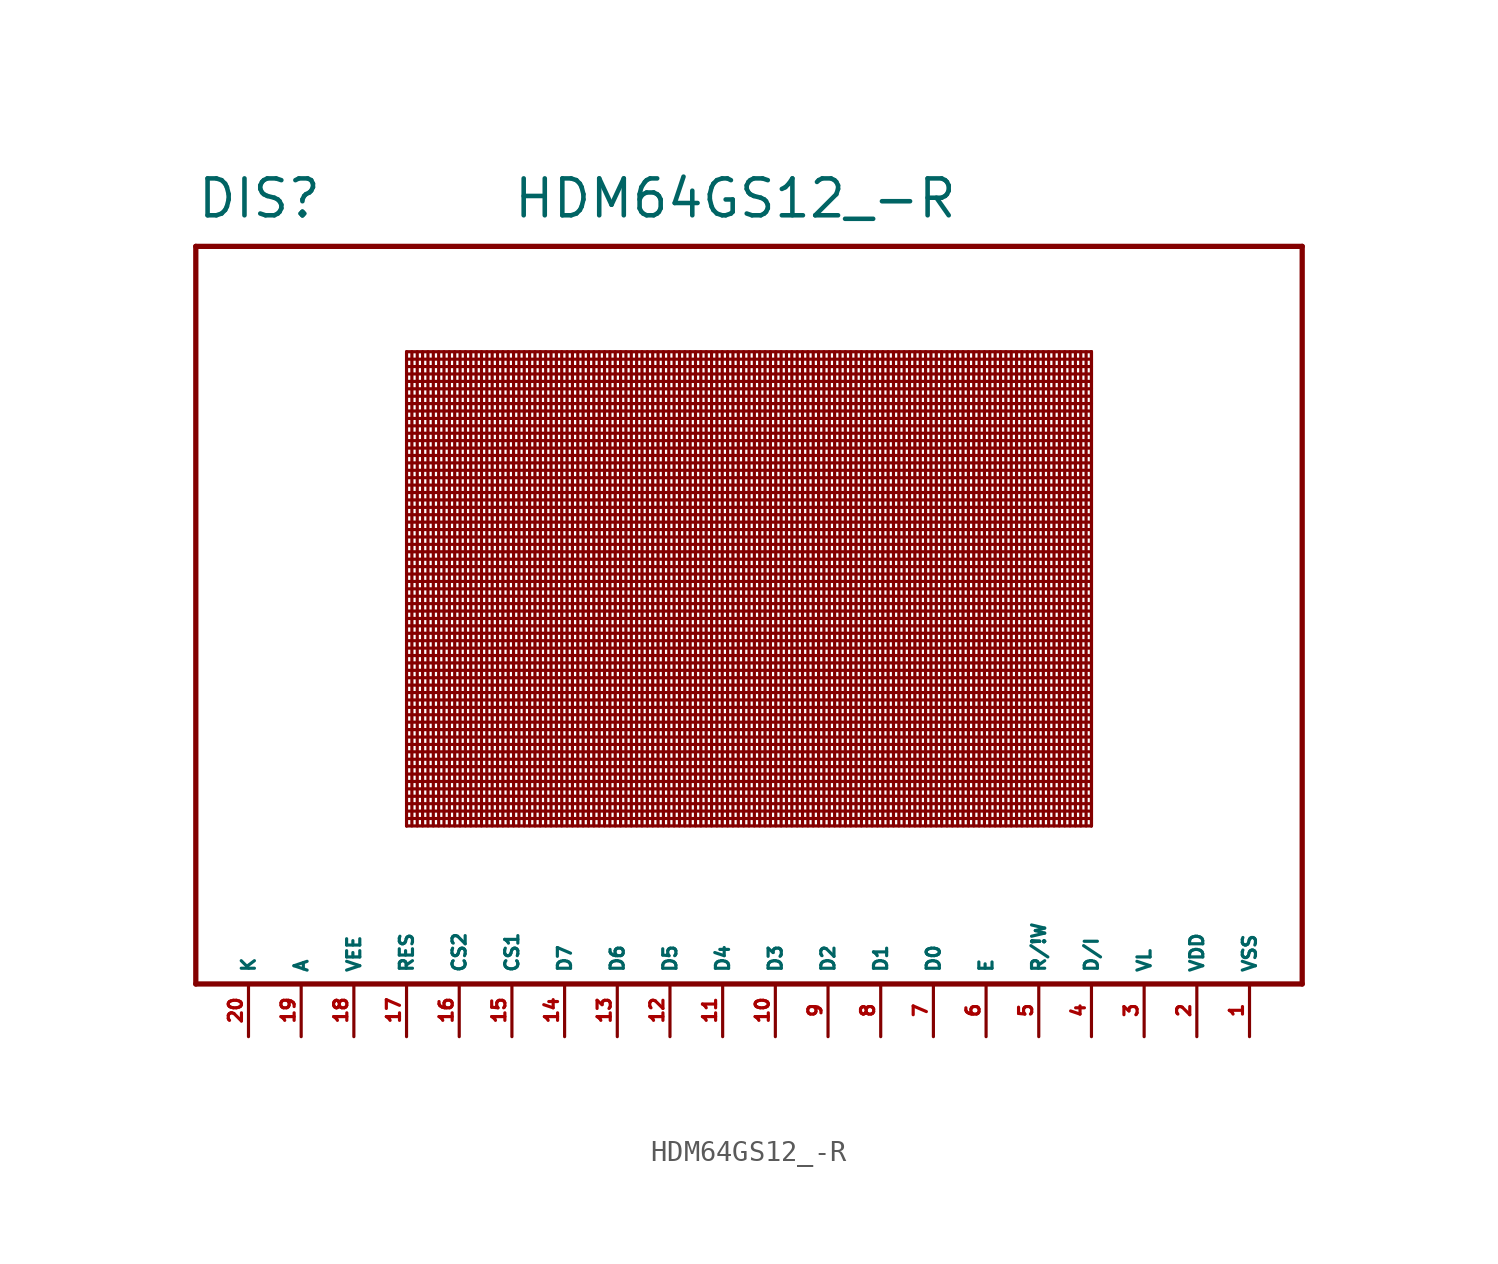
<source format=kicad_sym>
(kicad_symbol_lib
  (version 20220914)
  (generator Eagle2Kicad)
  (symbol "HDM64GS12_-R"
    (property "Reference" "DIS"
      (at -25.4 16.51 0)
      (effects (font (size 1.778 1.778) (thickness 0.22)) (justify left bottom)))
    (property "Value" "HDM64GS12_-R"
      (at -10.16 16.51 0)
      (effects (font (size 1.778 1.778) (thickness 0.22)) (justify left bottom)))
    (polyline
      (pts (xy -25.4 15.24) (xy 27.94 15.24))
      (stroke (width 0.254) (type default))
      (fill (type none)))
    (polyline
      (pts (xy 27.94 15.24) (xy 27.94 -20.32))
      (stroke (width 0.254) (type default))
      (fill (type none)))
    (polyline
      (pts (xy 27.94 -20.32) (xy -25.4 -20.32))
      (stroke (width 0.254) (type default))
      (fill (type none)))
    (polyline
      (pts (xy -25.4 -20.32) (xy -25.4 15.24))
      (stroke (width 0.254) (type default))
      (fill (type none)))
    (polyline
      (pts (xy -15.24 10.16) (xy 17.78 10.16))
      (stroke (width 0) (type default))
      (fill (type none)))
    (polyline
      (pts (xy 17.78 10.16) (xy 17.78 9.803))
      (stroke (width 0) (type default))
      (fill (type none)))
    (polyline
      (pts (xy 17.78 9.803) (xy 17.78 9.446))
      (stroke (width 0) (type default))
      (fill (type none)))
    (polyline
      (pts (xy 17.78 9.446) (xy 17.78 9.088))
      (stroke (width 0) (type default))
      (fill (type none)))
    (polyline
      (pts (xy 17.78 9.088) (xy 17.78 8.731))
      (stroke (width 0) (type default))
      (fill (type none)))
    (polyline
      (pts (xy 17.78 8.731) (xy 17.78 8.374))
      (stroke (width 0) (type default))
      (fill (type none)))
    (polyline
      (pts (xy 17.78 8.374) (xy 17.78 8.017))
      (stroke (width 0) (type default))
      (fill (type none)))
    (polyline
      (pts (xy 17.78 8.017) (xy 17.78 7.66))
      (stroke (width 0) (type default))
      (fill (type none)))
    (polyline
      (pts (xy 17.78 7.66) (xy 17.78 7.303))
      (stroke (width 0) (type default))
      (fill (type none)))
    (polyline
      (pts (xy 17.78 -12.7) (xy -15.24 -12.7))
      (stroke (width 0) (type default))
      (fill (type none)))
    (polyline
      (pts (xy -15.24 9.803) (xy 17.78 9.803))
      (stroke (width 0) (type default))
      (fill (type none)))
    (polyline
      (pts (xy -15.24 9.446) (xy 17.78 9.446))
      (stroke (width 0) (type default))
      (fill (type none)))
    (polyline
      (pts (xy -15.24 9.088) (xy 17.78 9.088))
      (stroke (width 0) (type default))
      (fill (type none)))
    (polyline
      (pts (xy -15.24 8.731) (xy 17.78 8.731))
      (stroke (width 0) (type default))
      (fill (type none)))
    (polyline
      (pts (xy -15.24 8.374) (xy 17.78 8.374))
      (stroke (width 0) (type default))
      (fill (type none)))
    (polyline
      (pts (xy -15.24 8.017) (xy 17.78 8.017))
      (stroke (width 0) (type default))
      (fill (type none)))
    (polyline
      (pts (xy -15.24 7.66) (xy 17.78 7.66))
      (stroke (width 0) (type default))
      (fill (type none)))
    (polyline
      (pts (xy -15.24 7.303) (xy 17.78 7.303))
      (stroke (width 0) (type default))
      (fill (type none)))
    (polyline
      (pts (xy -15.24 6.945) (xy 17.78 6.945))
      (stroke (width 0) (type default))
      (fill (type none)))
    (polyline
      (pts (xy -15.24 6.588) (xy 17.78 6.588))
      (stroke (width 0) (type default))
      (fill (type none)))
    (polyline
      (pts (xy -15.24 6.231) (xy 17.78 6.231))
      (stroke (width 0) (type default))
      (fill (type none)))
    (polyline
      (pts (xy -15.24 5.874) (xy 17.78 5.874))
      (stroke (width 0) (type default))
      (fill (type none)))
    (polyline
      (pts (xy -15.24 5.516) (xy 17.78 5.516))
      (stroke (width 0) (type default))
      (fill (type none)))
    (polyline
      (pts (xy -15.24 5.159) (xy 17.78 5.159))
      (stroke (width 0) (type default))
      (fill (type none)))
    (polyline
      (pts (xy -15.24 4.802) (xy 17.78 4.802))
      (stroke (width 0) (type default))
      (fill (type none)))
    (polyline
      (pts (xy -15.24 4.445) (xy 17.78 4.445))
      (stroke (width 0) (type default))
      (fill (type none)))
    (polyline
      (pts (xy -15.24 4.088) (xy 17.78 4.088))
      (stroke (width 0) (type default))
      (fill (type none)))
    (polyline
      (pts (xy -15.24 3.731) (xy 17.78 3.731))
      (stroke (width 0) (type default))
      (fill (type none)))
    (polyline
      (pts (xy -15.24 3.373) (xy 17.78 3.373))
      (stroke (width 0) (type default))
      (fill (type none)))
    (polyline
      (pts (xy -15.24 3.016) (xy 17.78 3.016))
      (stroke (width 0) (type default))
      (fill (type none)))
    (polyline
      (pts (xy -15.24 2.659) (xy 17.78 2.659))
      (stroke (width 0) (type default))
      (fill (type none)))
    (polyline
      (pts (xy -15.24 2.302) (xy 17.78 2.302))
      (stroke (width 0) (type default))
      (fill (type none)))
    (polyline
      (pts (xy -15.24 1.945) (xy 17.78 1.945))
      (stroke (width 0) (type default))
      (fill (type none)))
    (polyline
      (pts (xy -15.24 1.587) (xy 17.78 1.587))
      (stroke (width 0) (type default))
      (fill (type none)))
    (polyline
      (pts (xy -15.24 1.23) (xy 17.78 1.23))
      (stroke (width 0) (type default))
      (fill (type none)))
    (polyline
      (pts (xy -15.24 0.873) (xy 17.78 0.873))
      (stroke (width 0) (type default))
      (fill (type none)))
    (polyline
      (pts (xy -15.24 0.516) (xy 17.78 0.516))
      (stroke (width 0) (type default))
      (fill (type none)))
    (polyline
      (pts (xy -15.24 0.159) (xy 17.78 0.159))
      (stroke (width 0) (type default))
      (fill (type none)))
    (polyline
      (pts (xy -15.24 -0.199) (xy 17.78 -0.199))
      (stroke (width 0) (type default))
      (fill (type none)))
    (polyline
      (pts (xy -15.24 -0.556) (xy 17.78 -0.556))
      (stroke (width 0) (type default))
      (fill (type none)))
    (polyline
      (pts (xy -15.24 -0.913) (xy 17.78 -0.913))
      (stroke (width 0) (type default))
      (fill (type none)))
    (polyline
      (pts (xy -15.24 -1.27) (xy 17.78 -1.27))
      (stroke (width 0) (type default))
      (fill (type none)))
    (polyline
      (pts (xy -15.24 -1.627) (xy 17.78 -1.627))
      (stroke (width 0) (type default))
      (fill (type none)))
    (polyline
      (pts (xy -15.24 -1.984) (xy 17.78 -1.984))
      (stroke (width 0) (type default))
      (fill (type none)))
    (polyline
      (pts (xy -15.24 -2.342) (xy 17.78 -2.342))
      (stroke (width 0) (type default))
      (fill (type none)))
    (polyline
      (pts (xy -15.24 -2.699) (xy 17.78 -2.699))
      (stroke (width 0) (type default))
      (fill (type none)))
    (polyline
      (pts (xy -15.24 -3.056) (xy 17.78 -3.056))
      (stroke (width 0) (type default))
      (fill (type none)))
    (polyline
      (pts (xy -15.24 -3.413) (xy 17.78 -3.413))
      (stroke (width 0) (type default))
      (fill (type none)))
    (polyline
      (pts (xy -15.24 -3.77) (xy 17.78 -3.77))
      (stroke (width 0) (type default))
      (fill (type none)))
    (polyline
      (pts (xy -15.24 -4.128) (xy 17.78 -4.128))
      (stroke (width 0) (type default))
      (fill (type none)))
    (polyline
      (pts (xy -15.24 -4.485) (xy 17.78 -4.485))
      (stroke (width 0) (type default))
      (fill (type none)))
    (polyline
      (pts (xy -15.24 -4.842) (xy 17.78 -4.842))
      (stroke (width 0) (type default))
      (fill (type none)))
    (polyline
      (pts (xy -15.24 -5.199) (xy 17.78 -5.199))
      (stroke (width 0) (type default))
      (fill (type none)))
    (polyline
      (pts (xy -15.24 -5.556) (xy 17.78 -5.556))
      (stroke (width 0) (type default))
      (fill (type none)))
    (polyline
      (pts (xy -15.24 -5.913) (xy 17.78 -5.913))
      (stroke (width 0) (type default))
      (fill (type none)))
    (polyline
      (pts (xy -15.24 -6.271) (xy 17.78 -6.271))
      (stroke (width 0) (type default))
      (fill (type none)))
    (polyline
      (pts (xy -15.24 -6.628) (xy 17.78 -6.628))
      (stroke (width 0) (type default))
      (fill (type none)))
    (polyline
      (pts (xy -15.24 -6.985) (xy 17.78 -6.985))
      (stroke (width 0) (type default))
      (fill (type none)))
    (polyline
      (pts (xy -15.24 -7.342) (xy 17.78 -7.342))
      (stroke (width 0) (type default))
      (fill (type none)))
    (polyline
      (pts (xy -15.24 -7.699) (xy 17.78 -7.699))
      (stroke (width 0) (type default))
      (fill (type none)))
    (polyline
      (pts (xy -15.24 -8.057) (xy 17.78 -8.057))
      (stroke (width 0) (type default))
      (fill (type none)))
    (polyline
      (pts (xy -15.24 -8.414) (xy 17.78 -8.414))
      (stroke (width 0) (type default))
      (fill (type none)))
    (polyline
      (pts (xy -15.24 -8.771) (xy 17.78 -8.771))
      (stroke (width 0) (type default))
      (fill (type none)))
    (polyline
      (pts (xy -15.24 -9.128) (xy 17.78 -9.128))
      (stroke (width 0) (type default))
      (fill (type none)))
    (polyline
      (pts (xy -15.24 -9.485) (xy 17.78 -9.485))
      (stroke (width 0) (type default))
      (fill (type none)))
    (polyline
      (pts (xy -15.24 -9.843) (xy 17.78 -9.843))
      (stroke (width 0) (type default))
      (fill (type none)))
    (polyline
      (pts (xy -15.24 -10.2) (xy 17.78 -10.2))
      (stroke (width 0) (type default))
      (fill (type none)))
    (polyline
      (pts (xy -15.24 -10.557) (xy 17.78 -10.557))
      (stroke (width 0) (type default))
      (fill (type none)))
    (polyline
      (pts (xy -15.24 -10.914) (xy 17.78 -10.914))
      (stroke (width 0) (type default))
      (fill (type none)))
    (polyline
      (pts (xy -15.24 -11.271) (xy 17.78 -11.271))
      (stroke (width 0) (type default))
      (fill (type none)))
    (polyline
      (pts (xy -15.24 -11.629) (xy 17.78 -11.629))
      (stroke (width 0) (type default))
      (fill (type none)))
    (polyline
      (pts (xy -15.24 -11.986) (xy 17.78 -11.986))
      (stroke (width 0) (type default))
      (fill (type none)))
    (polyline
      (pts (xy -15.24 -12.343) (xy 17.78 -12.343))
      (stroke (width 0) (type default))
      (fill (type none)))
    (polyline
      (pts (xy -15.24 -12.7) (xy -15.24 -12.7))
      (stroke (width 0) (type default))
      (fill (type none)))
    (polyline
      (pts (xy 17.78 7.303) (xy 17.78 -12.7))
      (stroke (width 0) (type default))
      (fill (type none)))
    (polyline
      (pts (xy -15.24 10.16) (xy -15.24 -12.7))
      (stroke (width 0) (type default))
      (fill (type none)))
    (polyline
      (pts (xy -14.982 10.16) (xy -14.982 -12.7))
      (stroke (width 0) (type default))
      (fill (type none)))
    (polyline
      (pts (xy -14.724 10.16) (xy -14.724 -12.7))
      (stroke (width 0) (type default))
      (fill (type none)))
    (polyline
      (pts (xy -14.466 10.16) (xy -14.466 -12.7))
      (stroke (width 0) (type default))
      (fill (type none)))
    (polyline
      (pts (xy -14.208 10.16) (xy -14.208 -12.7))
      (stroke (width 0) (type default))
      (fill (type none)))
    (polyline
      (pts (xy -13.95 10.16) (xy -13.95 -12.7))
      (stroke (width 0) (type default))
      (fill (type none)))
    (polyline
      (pts (xy -13.692 10.16) (xy -13.692 -12.7))
      (stroke (width 0) (type default))
      (fill (type none)))
    (polyline
      (pts (xy -13.434 10.16) (xy -13.434 -12.7))
      (stroke (width 0) (type default))
      (fill (type none)))
    (polyline
      (pts (xy -13.176 10.16) (xy -13.176 -12.7))
      (stroke (width 0) (type default))
      (fill (type none)))
    (polyline
      (pts (xy -12.918 10.16) (xy -12.918 -12.7))
      (stroke (width 0) (type default))
      (fill (type none)))
    (polyline
      (pts (xy -12.66 10.16) (xy -12.66 -12.7))
      (stroke (width 0) (type default))
      (fill (type none)))
    (polyline
      (pts (xy -12.402 10.16) (xy -12.402 -12.7))
      (stroke (width 0) (type default))
      (fill (type none)))
    (polyline
      (pts (xy -12.144 10.16) (xy -12.144 -12.7))
      (stroke (width 0) (type default))
      (fill (type none)))
    (polyline
      (pts (xy -11.886 10.16) (xy -11.886 -12.7))
      (stroke (width 0) (type default))
      (fill (type none)))
    (polyline
      (pts (xy -11.628 10.16) (xy -11.628 -12.7))
      (stroke (width 0) (type default))
      (fill (type none)))
    (polyline
      (pts (xy -11.37 10.16) (xy -11.37 -12.7))
      (stroke (width 0) (type default))
      (fill (type none)))
    (polyline
      (pts (xy -11.112 10.16) (xy -11.112 -12.7))
      (stroke (width 0) (type default))
      (fill (type none)))
    (polyline
      (pts (xy -10.854 10.16) (xy -10.854 -12.7))
      (stroke (width 0) (type default))
      (fill (type none)))
    (polyline
      (pts (xy -10.597 10.16) (xy -10.597 -12.7))
      (stroke (width 0) (type default))
      (fill (type none)))
    (polyline
      (pts (xy -10.338 10.16) (xy -10.338 -12.7))
      (stroke (width 0) (type default))
      (fill (type none)))
    (polyline
      (pts (xy -10.081 10.16) (xy -10.081 -12.7))
      (stroke (width 0) (type default))
      (fill (type none)))
    (polyline
      (pts (xy -9.823 10.16) (xy -9.823 -12.7))
      (stroke (width 0) (type default))
      (fill (type none)))
    (polyline
      (pts (xy -9.565 10.16) (xy -9.565 -12.7))
      (stroke (width 0) (type default))
      (fill (type none)))
    (polyline
      (pts (xy -9.307 10.16) (xy -9.307 -12.7))
      (stroke (width 0) (type default))
      (fill (type none)))
    (polyline
      (pts (xy -9.049 10.16) (xy -9.049 -12.7))
      (stroke (width 0) (type default))
      (fill (type none)))
    (polyline
      (pts (xy -8.791 10.16) (xy -8.791 -12.7))
      (stroke (width 0) (type default))
      (fill (type none)))
    (polyline
      (pts (xy -8.533 10.16) (xy -8.533 -12.7))
      (stroke (width 0) (type default))
      (fill (type none)))
    (polyline
      (pts (xy -8.275 10.16) (xy -8.275 -12.7))
      (stroke (width 0) (type default))
      (fill (type none)))
    (polyline
      (pts (xy -8.017 10.16) (xy -8.017 -12.7))
      (stroke (width 0) (type default))
      (fill (type none)))
    (polyline
      (pts (xy -7.759 10.16) (xy -7.759 -12.7))
      (stroke (width 0) (type default))
      (fill (type none)))
    (polyline
      (pts (xy -7.501 10.16) (xy -7.501 -12.7))
      (stroke (width 0) (type default))
      (fill (type none)))
    (polyline
      (pts (xy -7.243 10.16) (xy -7.243 -12.7))
      (stroke (width 0) (type default))
      (fill (type none)))
    (polyline
      (pts (xy -6.985 10.16) (xy -6.985 -12.7))
      (stroke (width 0) (type default))
      (fill (type none)))
    (polyline
      (pts (xy -6.727 10.16) (xy -6.727 -12.7))
      (stroke (width 0) (type default))
      (fill (type none)))
    (polyline
      (pts (xy -6.469 10.16) (xy -6.469 -12.7))
      (stroke (width 0) (type default))
      (fill (type none)))
    (polyline
      (pts (xy -6.211 10.16) (xy -6.211 -12.7))
      (stroke (width 0) (type default))
      (fill (type none)))
    (polyline
      (pts (xy -5.953 10.16) (xy -5.953 -12.7))
      (stroke (width 0) (type default))
      (fill (type none)))
    (polyline
      (pts (xy -5.695 10.16) (xy -5.695 -12.7))
      (stroke (width 0) (type default))
      (fill (type none)))
    (polyline
      (pts (xy -5.437 10.16) (xy -5.437 -12.7))
      (stroke (width 0) (type default))
      (fill (type none)))
    (polyline
      (pts (xy -5.179 10.16) (xy -5.179 -12.7))
      (stroke (width 0) (type default))
      (fill (type none)))
    (polyline
      (pts (xy -4.921 10.16) (xy -4.921 -12.7))
      (stroke (width 0) (type default))
      (fill (type none)))
    (polyline
      (pts (xy -4.663 10.16) (xy -4.663 -12.7))
      (stroke (width 0) (type default))
      (fill (type none)))
    (polyline
      (pts (xy -4.405 10.16) (xy -4.405 -12.7))
      (stroke (width 0) (type default))
      (fill (type none)))
    (polyline
      (pts (xy -4.147 10.16) (xy -4.147 -12.7))
      (stroke (width 0) (type default))
      (fill (type none)))
    (polyline
      (pts (xy -3.889 10.16) (xy -3.889 -12.7))
      (stroke (width 0) (type default))
      (fill (type none)))
    (polyline
      (pts (xy -3.631 10.16) (xy -3.631 -12.7))
      (stroke (width 0) (type default))
      (fill (type none)))
    (polyline
      (pts (xy -3.373 10.16) (xy -3.373 -12.7))
      (stroke (width 0) (type default))
      (fill (type none)))
    (polyline
      (pts (xy -3.115 10.16) (xy -3.115 -12.7))
      (stroke (width 0) (type default))
      (fill (type none)))
    (polyline
      (pts (xy -2.857 10.16) (xy -2.857 -12.7))
      (stroke (width 0) (type default))
      (fill (type none)))
    (polyline
      (pts (xy -2.599 10.16) (xy -2.599 -12.7))
      (stroke (width 0) (type default))
      (fill (type none)))
    (polyline
      (pts (xy -2.341 10.16) (xy -2.341 -12.7))
      (stroke (width 0) (type default))
      (fill (type none)))
    (polyline
      (pts (xy -2.083 10.16) (xy -2.083 -12.7))
      (stroke (width 0) (type default))
      (fill (type none)))
    (polyline
      (pts (xy -1.825 10.16) (xy -1.825 -12.7))
      (stroke (width 0) (type default))
      (fill (type none)))
    (polyline
      (pts (xy -1.568 10.16) (xy -1.568 -12.7))
      (stroke (width 0) (type default))
      (fill (type none)))
    (polyline
      (pts (xy -1.31 10.16) (xy -1.31 -12.7))
      (stroke (width 0) (type default))
      (fill (type none)))
    (polyline
      (pts (xy -1.052 10.16) (xy -1.052 -12.7))
      (stroke (width 0) (type default))
      (fill (type none)))
    (polyline
      (pts (xy -0.794 10.16) (xy -0.794 -12.7))
      (stroke (width 0) (type default))
      (fill (type none)))
    (polyline
      (pts (xy -0.536 10.16) (xy -0.536 -12.7))
      (stroke (width 0) (type default))
      (fill (type none)))
    (polyline
      (pts (xy -0.278 10.16) (xy -0.278 -12.7))
      (stroke (width 0) (type default))
      (fill (type none)))
    (polyline
      (pts (xy -0.02 10.16) (xy -0.02 -12.7))
      (stroke (width 0) (type default))
      (fill (type none)))
    (polyline
      (pts (xy 0.238 10.16) (xy 0.238 -12.7))
      (stroke (width 0) (type default))
      (fill (type none)))
    (polyline
      (pts (xy 0.496 10.16) (xy 0.496 -12.7))
      (stroke (width 0) (type default))
      (fill (type none)))
    (polyline
      (pts (xy 0.754 10.16) (xy 0.754 -12.7))
      (stroke (width 0) (type default))
      (fill (type none)))
    (polyline
      (pts (xy 1.012 10.16) (xy 1.012 -12.7))
      (stroke (width 0) (type default))
      (fill (type none)))
    (polyline
      (pts (xy 1.27 10.16) (xy 1.27 -12.7))
      (stroke (width 0) (type default))
      (fill (type none)))
    (polyline
      (pts (xy 1.528 10.16) (xy 1.528 -12.7))
      (stroke (width 0) (type default))
      (fill (type none)))
    (polyline
      (pts (xy 1.786 10.16) (xy 1.786 -12.7))
      (stroke (width 0) (type default))
      (fill (type none)))
    (polyline
      (pts (xy 2.044 10.16) (xy 2.044 -12.7))
      (stroke (width 0) (type default))
      (fill (type none)))
    (polyline
      (pts (xy 2.302 10.16) (xy 2.302 -12.7))
      (stroke (width 0) (type default))
      (fill (type none)))
    (polyline
      (pts (xy 2.56 10.16) (xy 2.56 -12.7))
      (stroke (width 0) (type default))
      (fill (type none)))
    (polyline
      (pts (xy 2.818 10.16) (xy 2.818 -12.7))
      (stroke (width 0) (type default))
      (fill (type none)))
    (polyline
      (pts (xy 3.076 10.16) (xy 3.076 -12.7))
      (stroke (width 0) (type default))
      (fill (type none)))
    (polyline
      (pts (xy 3.334 10.16) (xy 3.334 -12.7))
      (stroke (width 0) (type default))
      (fill (type none)))
    (polyline
      (pts (xy 3.592 10.16) (xy 3.592 -12.7))
      (stroke (width 0) (type default))
      (fill (type none)))
    (polyline
      (pts (xy 3.85 10.16) (xy 3.85 -12.7))
      (stroke (width 0) (type default))
      (fill (type none)))
    (polyline
      (pts (xy 4.108 10.16) (xy 4.108 -12.7))
      (stroke (width 0) (type default))
      (fill (type none)))
    (polyline
      (pts (xy 4.366 10.16) (xy 4.366 -12.7))
      (stroke (width 0) (type default))
      (fill (type none)))
    (polyline
      (pts (xy 4.624 10.16) (xy 4.624 -12.7))
      (stroke (width 0) (type default))
      (fill (type none)))
    (polyline
      (pts (xy 4.882 10.16) (xy 4.882 -12.7))
      (stroke (width 0) (type default))
      (fill (type none)))
    (polyline
      (pts (xy 5.14 10.16) (xy 5.14 -12.7))
      (stroke (width 0) (type default))
      (fill (type none)))
    (polyline
      (pts (xy 5.398 10.16) (xy 5.398 -12.7))
      (stroke (width 0) (type default))
      (fill (type none)))
    (polyline
      (pts (xy 5.656 10.16) (xy 5.656 -12.7))
      (stroke (width 0) (type default))
      (fill (type none)))
    (polyline
      (pts (xy 5.914 10.16) (xy 5.914 -12.7))
      (stroke (width 0) (type default))
      (fill (type none)))
    (polyline
      (pts (xy 6.172 10.16) (xy 6.172 -12.7))
      (stroke (width 0) (type default))
      (fill (type none)))
    (polyline
      (pts (xy 6.43 10.16) (xy 6.43 -12.7))
      (stroke (width 0) (type default))
      (fill (type none)))
    (polyline
      (pts (xy 6.688 10.16) (xy 6.688 -12.7))
      (stroke (width 0) (type default))
      (fill (type none)))
    (polyline
      (pts (xy 6.946 10.16) (xy 6.946 -12.7))
      (stroke (width 0) (type default))
      (fill (type none)))
    (polyline
      (pts (xy 7.204 10.16) (xy 7.204 -12.7))
      (stroke (width 0) (type default))
      (fill (type none)))
    (polyline
      (pts (xy 7.462 10.16) (xy 7.462 -12.7))
      (stroke (width 0) (type default))
      (fill (type none)))
    (polyline
      (pts (xy 7.72 10.16) (xy 7.72 -12.7))
      (stroke (width 0) (type default))
      (fill (type none)))
    (polyline
      (pts (xy 7.977 10.16) (xy 7.977 -12.7))
      (stroke (width 0) (type default))
      (fill (type none)))
    (polyline
      (pts (xy 8.235 10.16) (xy 8.235 -12.7))
      (stroke (width 0) (type default))
      (fill (type none)))
    (polyline
      (pts (xy 8.493 10.16) (xy 8.493 -12.7))
      (stroke (width 0) (type default))
      (fill (type none)))
    (polyline
      (pts (xy 8.751 10.16) (xy 8.751 -12.7))
      (stroke (width 0) (type default))
      (fill (type none)))
    (polyline
      (pts (xy 9.009 10.16) (xy 9.009 -12.7))
      (stroke (width 0) (type default))
      (fill (type none)))
    (polyline
      (pts (xy 9.267 10.16) (xy 9.267 -12.7))
      (stroke (width 0) (type default))
      (fill (type none)))
    (polyline
      (pts (xy 9.525 10.16) (xy 9.525 -12.7))
      (stroke (width 0) (type default))
      (fill (type none)))
    (polyline
      (pts (xy 9.783 10.16) (xy 9.783 -12.7))
      (stroke (width 0) (type default))
      (fill (type none)))
    (polyline
      (pts (xy 10.041 10.16) (xy 10.041 -12.7))
      (stroke (width 0) (type default))
      (fill (type none)))
    (polyline
      (pts (xy 10.299 10.16) (xy 10.299 -12.7))
      (stroke (width 0) (type default))
      (fill (type none)))
    (polyline
      (pts (xy 10.557 10.16) (xy 10.557 -12.7))
      (stroke (width 0) (type default))
      (fill (type none)))
    (polyline
      (pts (xy 10.815 10.16) (xy 10.815 -12.7))
      (stroke (width 0) (type default))
      (fill (type none)))
    (polyline
      (pts (xy 11.073 10.16) (xy 11.073 -12.7))
      (stroke (width 0) (type default))
      (fill (type none)))
    (polyline
      (pts (xy 11.331 10.16) (xy 11.331 -12.7))
      (stroke (width 0) (type default))
      (fill (type none)))
    (polyline
      (pts (xy 11.589 10.16) (xy 11.589 -12.7))
      (stroke (width 0) (type default))
      (fill (type none)))
    (polyline
      (pts (xy 11.847 10.16) (xy 11.847 -12.7))
      (stroke (width 0) (type default))
      (fill (type none)))
    (polyline
      (pts (xy 12.105 10.16) (xy 12.105 -12.7))
      (stroke (width 0) (type default))
      (fill (type none)))
    (polyline
      (pts (xy 12.363 10.16) (xy 12.363 -12.7))
      (stroke (width 0) (type default))
      (fill (type none)))
    (polyline
      (pts (xy 12.621 10.16) (xy 12.621 -12.7))
      (stroke (width 0) (type default))
      (fill (type none)))
    (polyline
      (pts (xy 12.879 10.16) (xy 12.879 -12.7))
      (stroke (width 0) (type default))
      (fill (type none)))
    (polyline
      (pts (xy 13.137 10.16) (xy 13.137 -12.7))
      (stroke (width 0) (type default))
      (fill (type none)))
    (polyline
      (pts (xy 13.395 10.16) (xy 13.395 -12.7))
      (stroke (width 0) (type default))
      (fill (type none)))
    (polyline
      (pts (xy 13.653 10.16) (xy 13.653 -12.7))
      (stroke (width 0) (type default))
      (fill (type none)))
    (polyline
      (pts (xy 13.911 10.16) (xy 13.911 -12.7))
      (stroke (width 0) (type default))
      (fill (type none)))
    (polyline
      (pts (xy 14.169 10.16) (xy 14.169 -12.7))
      (stroke (width 0) (type default))
      (fill (type none)))
    (polyline
      (pts (xy 14.427 10.16) (xy 14.427 -12.7))
      (stroke (width 0) (type default))
      (fill (type none)))
    (polyline
      (pts (xy 14.685 10.16) (xy 14.685 -12.7))
      (stroke (width 0) (type default))
      (fill (type none)))
    (polyline
      (pts (xy 14.943 10.16) (xy 14.943 -12.7))
      (stroke (width 0) (type default))
      (fill (type none)))
    (polyline
      (pts (xy 15.201 10.16) (xy 15.201 -12.7))
      (stroke (width 0) (type default))
      (fill (type none)))
    (polyline
      (pts (xy 15.459 10.16) (xy 15.459 -12.7))
      (stroke (width 0) (type default))
      (fill (type none)))
    (polyline
      (pts (xy 15.716 10.16) (xy 15.716 -12.7))
      (stroke (width 0) (type default))
      (fill (type none)))
    (polyline
      (pts (xy 15.975 10.16) (xy 15.975 -12.7))
      (stroke (width 0) (type default))
      (fill (type none)))
    (polyline
      (pts (xy 16.233 10.16) (xy 16.233 -12.7))
      (stroke (width 0) (type default))
      (fill (type none)))
    (polyline
      (pts (xy 16.49 10.16) (xy 16.49 -12.7))
      (stroke (width 0) (type default))
      (fill (type none)))
    (polyline
      (pts (xy 16.748 10.16) (xy 16.748 -12.7))
      (stroke (width 0) (type default))
      (fill (type none)))
    (polyline
      (pts (xy 17.006 10.16) (xy 17.006 -12.7))
      (stroke (width 0) (type default))
      (fill (type none)))
    (polyline
      (pts (xy 17.264 10.16) (xy 17.264 -12.7))
      (stroke (width 0) (type default))
      (fill (type none)))
    (polyline
      (pts (xy 17.522 10.16) (xy 17.522 -12.7))
      (stroke (width 0) (type default))
      (fill (type none)))
    (polyline
      (pts (xy 17.78 10.16) (xy 17.78 -12.7))
      (stroke (width 0) (type default))
      (fill (type none)))
    (pin unspecified line
      (at 25.4 -22.86 90)
      (length 2.54)
      (name "VSS" (effects (font (size 0.635 0.635) (thickness 0.08)) (justify left bottom)))
      (number "1" (effects (font (size 0.635 0.635) (thickness 0.08)) (justify left bottom))))
    (pin unspecified line
      (at 22.86 -22.86 90)
      (length 2.54)
      (name "VDD" (effects (font (size 0.635 0.635) (thickness 0.08)) (justify left bottom)))
      (number "2" (effects (font (size 0.635 0.635) (thickness 0.08)) (justify left bottom))))
    (pin input line
      (at -15.24 -22.86 90)
      (length 2.54)
      (name "RES" (effects (font (size 0.635 0.635) (thickness 0.08)) (justify left bottom)))
      (number "17" (effects (font (size 0.635 0.635) (thickness 0.08)) (justify left bottom))))
    (pin input line
      (at 17.78 -22.86 90)
      (length 2.54)
      (name "D/I" (effects (font (size 0.635 0.635) (thickness 0.08)) (justify left bottom)))
      (number "4" (effects (font (size 0.635 0.635) (thickness 0.08)) (justify left bottom))))
    (pin input line
      (at 15.24 -22.86 90)
      (length 2.54)
      (name "R/!W" (effects (font (size 0.635 0.635) (thickness 0.08)) (justify left bottom)))
      (number "5" (effects (font (size 0.635 0.635) (thickness 0.08)) (justify left bottom))))
    (pin input line
      (at 12.7 -22.86 90)
      (length 2.54)
      (name "E" (effects (font (size 0.635 0.635) (thickness 0.08)) (justify left bottom)))
      (number "6" (effects (font (size 0.635 0.635) (thickness 0.08)) (justify left bottom))))
    (pin input line
      (at -10.16 -22.86 90)
      (length 2.54)
      (name "CS1" (effects (font (size 0.635 0.635) (thickness 0.08)) (justify left bottom)))
      (number "15" (effects (font (size 0.635 0.635) (thickness 0.08)) (justify left bottom))))
    (pin output line
      (at -17.78 -22.86 90)
      (length 2.54)
      (name "VEE" (effects (font (size 0.635 0.635) (thickness 0.08)) (justify left bottom)))
      (number "18" (effects (font (size 0.635 0.635) (thickness 0.08)) (justify left bottom))))
    (pin input line
      (at -12.7 -22.86 90)
      (length 2.54)
      (name "CS2" (effects (font (size 0.635 0.635) (thickness 0.08)) (justify left bottom)))
      (number "16" (effects (font (size 0.635 0.635) (thickness 0.08)) (justify left bottom))))
    (pin passive line
      (at 20.32 -22.86 90)
      (length 2.54)
      (name "VL" (effects (font (size 0.635 0.635) (thickness 0.08)) (justify left bottom)))
      (number "3" (effects (font (size 0.635 0.635) (thickness 0.08)) (justify left bottom))))
    (pin bidirectional line
      (at 10.16 -22.86 90)
      (length 2.54)
      (name "D0" (effects (font (size 0.635 0.635) (thickness 0.08)) (justify left bottom)))
      (number "7" (effects (font (size 0.635 0.635) (thickness 0.08)) (justify left bottom))))
    (pin bidirectional line
      (at 7.62 -22.86 90)
      (length 2.54)
      (name "D1" (effects (font (size 0.635 0.635) (thickness 0.08)) (justify left bottom)))
      (number "8" (effects (font (size 0.635 0.635) (thickness 0.08)) (justify left bottom))))
    (pin bidirectional line
      (at 5.08 -22.86 90)
      (length 2.54)
      (name "D2" (effects (font (size 0.635 0.635) (thickness 0.08)) (justify left bottom)))
      (number "9" (effects (font (size 0.635 0.635) (thickness 0.08)) (justify left bottom))))
    (pin bidirectional line
      (at 2.54 -22.86 90)
      (length 2.54)
      (name "D3" (effects (font (size 0.635 0.635) (thickness 0.08)) (justify left bottom)))
      (number "10" (effects (font (size 0.635 0.635) (thickness 0.08)) (justify left bottom))))
    (pin bidirectional line
      (at 0 -22.86 90)
      (length 2.54)
      (name "D4" (effects (font (size 0.635 0.635) (thickness 0.08)) (justify left bottom)))
      (number "11" (effects (font (size 0.635 0.635) (thickness 0.08)) (justify left bottom))))
    (pin bidirectional line
      (at -2.54 -22.86 90)
      (length 2.54)
      (name "D5" (effects (font (size 0.635 0.635) (thickness 0.08)) (justify left bottom)))
      (number "12" (effects (font (size 0.635 0.635) (thickness 0.08)) (justify left bottom))))
    (pin bidirectional line
      (at -5.08 -22.86 90)
      (length 2.54)
      (name "D6" (effects (font (size 0.635 0.635) (thickness 0.08)) (justify left bottom)))
      (number "13" (effects (font (size 0.635 0.635) (thickness 0.08)) (justify left bottom))))
    (pin bidirectional line
      (at -7.62 -22.86 90)
      (length 2.54)
      (name "D7" (effects (font (size 0.635 0.635) (thickness 0.08)) (justify left bottom)))
      (number "14" (effects (font (size 0.635 0.635) (thickness 0.08)) (justify left bottom))))
    (pin passive line
      (at -20.32 -22.86 90)
      (length 2.54)
      (name "A" (effects (font (size 0.635 0.635) (thickness 0.08)) (justify left bottom)))
      (number "19" (effects (font (size 0.635 0.635) (thickness 0.08)) (justify left bottom))))
    (pin passive line
      (at -22.86 -22.86 90)
      (length 2.54)
      (name "K" (effects (font (size 0.635 0.635) (thickness 0.08)) (justify left bottom)))
      (number "20" (effects (font (size 0.635 0.635) (thickness 0.08)) (justify left bottom))))))
</source>
